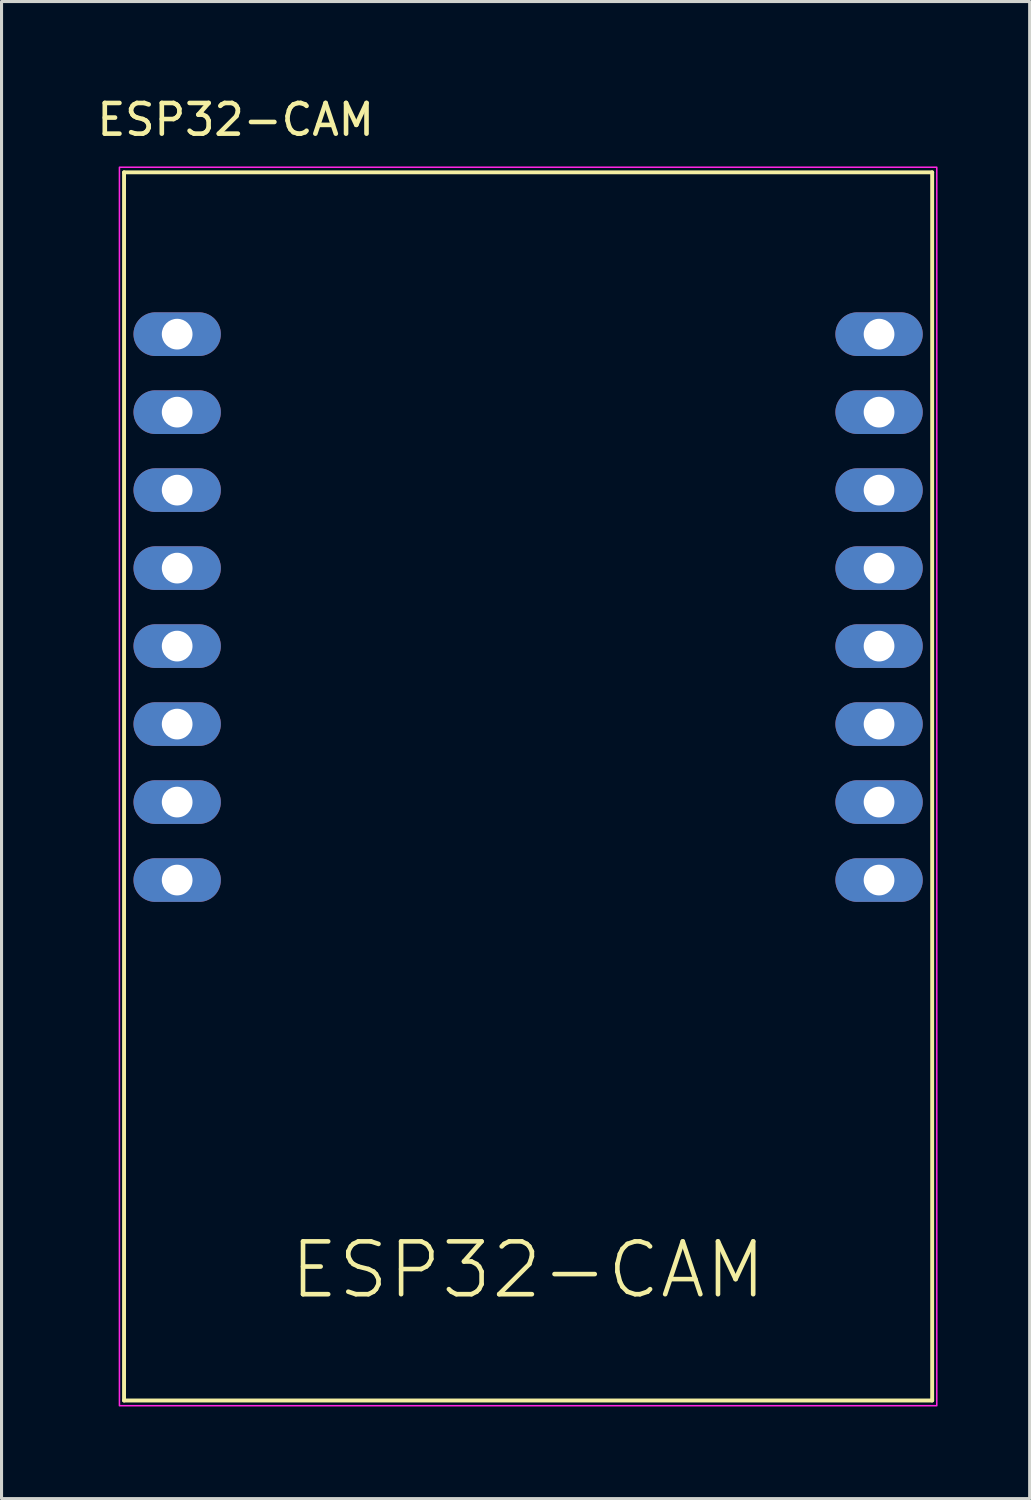
<source format=kicad_pcb>
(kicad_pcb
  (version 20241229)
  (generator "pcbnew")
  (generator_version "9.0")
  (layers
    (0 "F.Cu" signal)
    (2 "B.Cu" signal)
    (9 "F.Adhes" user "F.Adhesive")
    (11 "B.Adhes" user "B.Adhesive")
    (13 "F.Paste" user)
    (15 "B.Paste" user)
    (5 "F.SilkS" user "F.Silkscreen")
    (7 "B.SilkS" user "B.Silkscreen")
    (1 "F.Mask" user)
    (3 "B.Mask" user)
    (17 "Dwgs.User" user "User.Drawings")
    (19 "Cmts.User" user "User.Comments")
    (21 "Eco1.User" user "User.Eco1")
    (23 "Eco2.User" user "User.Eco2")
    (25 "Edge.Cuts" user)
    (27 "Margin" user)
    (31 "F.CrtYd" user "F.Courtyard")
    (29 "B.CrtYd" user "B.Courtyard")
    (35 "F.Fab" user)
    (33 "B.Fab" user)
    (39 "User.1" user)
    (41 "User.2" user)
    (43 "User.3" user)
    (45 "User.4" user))
  (footprint "ESP32-CAM"
    (layer "F.Cu")
    (at 14.15 17.993)
    (property "Reference" "ESP32-CAM" (at -9.525 -17.145 0) (layer "F.SilkS") (effects (font (size 1 1) (thickness 0.15))))
    (attr through_hole)
    (fp_line (start -13.16 -15.43) (end 13.16 -15.43) (stroke (width 0.127) (type solid)) (layer "F.SilkS"))
    (fp_line (start -13.16 24.57) (end -13.16 -15.43) (stroke (width 0.127) (type solid)) (layer "F.SilkS"))
    (fp_line (start 13.16 -15.43) (end 13.16 24.57) (stroke (width 0.127) (type solid)) (layer "F.SilkS"))
    (fp_line (start 13.16 24.57) (end -13.16 24.57) (stroke (width 0.127) (type solid)) (layer "F.SilkS"))
    (fp_rect (start -13.31 -15.596) (end 13.31 24.74) (stroke (width 0.05) (type solid)) (fill no) (layer "F.CrtYd"))
    (fp_text user "ESP32-CAM" (at 0 20.32 0) (layer "F.SilkS") (effects (font (size 1.72 1.72) (thickness 0.15))))
    (pad "1" thru_hole oval (at -11.43 -10.16) (size 2.845 1.422) (drill 1) (layers "*.Cu" "*.Mask"))
    (pad "2" thru_hole oval (at -11.43 -7.62) (size 2.845 1.422) (drill 1) (layers "*.Cu" "*.Mask"))
    (pad "3" thru_hole oval (at -11.43 -5.08) (size 2.845 1.422) (drill 1) (layers "*.Cu" "*.Mask"))
    (pad "4" thru_hole oval (at -11.43 -2.54) (size 2.845 1.422) (drill 1) (layers "*.Cu" "*.Mask"))
    (pad "5" thru_hole oval (at -11.43 0) (size 2.845 1.422) (drill 1) (layers "*.Cu" "*.Mask"))
    (pad "6" thru_hole oval (at -11.43 2.54) (size 2.845 1.422) (drill 1) (layers "*.Cu" "*.Mask"))
    (pad "7" thru_hole oval (at -11.43 5.08) (size 2.845 1.422) (drill 1) (layers "*.Cu" "*.Mask"))
    (pad "8" thru_hole oval (at -11.43 7.62) (size 2.845 1.422) (drill 1) (layers "*.Cu" "*.Mask"))
    (pad "9" thru_hole oval (at 11.43 7.62) (size 2.845 1.422) (drill 1) (layers "*.Cu" "*.Mask"))
    (pad "10" thru_hole oval (at 11.43 5.08) (size 2.845 1.422) (drill 1) (layers "*.Cu" "*.Mask"))
    (pad "11" thru_hole oval (at 11.43 2.54) (size 2.845 1.422) (drill 1) (layers "*.Cu" "*.Mask"))
    (pad "12" thru_hole oval (at 11.43 0) (size 2.845 1.422) (drill 1) (layers "*.Cu" "*.Mask"))
    (pad "13" thru_hole oval (at 11.43 -2.54) (size 2.845 1.422) (drill 1) (layers "*.Cu" "*.Mask"))
    (pad "14" thru_hole oval (at 11.43 -5.08) (size 2.845 1.422) (drill 1) (layers "*.Cu" "*.Mask"))
    (pad "15" thru_hole oval (at 11.43 -7.62) (size 2.845 1.422) (drill 1) (layers "*.Cu" "*.Mask"))
    (pad "16" thru_hole oval (at 11.43 -10.16) (size 2.845 1.422) (drill 1) (layers "*.Cu" "*.Mask")))
  (gr_rect
    (start -3 -3)
    (end 30.485 45.758)
    (stroke (width 0.1) (type default))
    (fill no)
    (layer "Edge.Cuts")))
</source>
